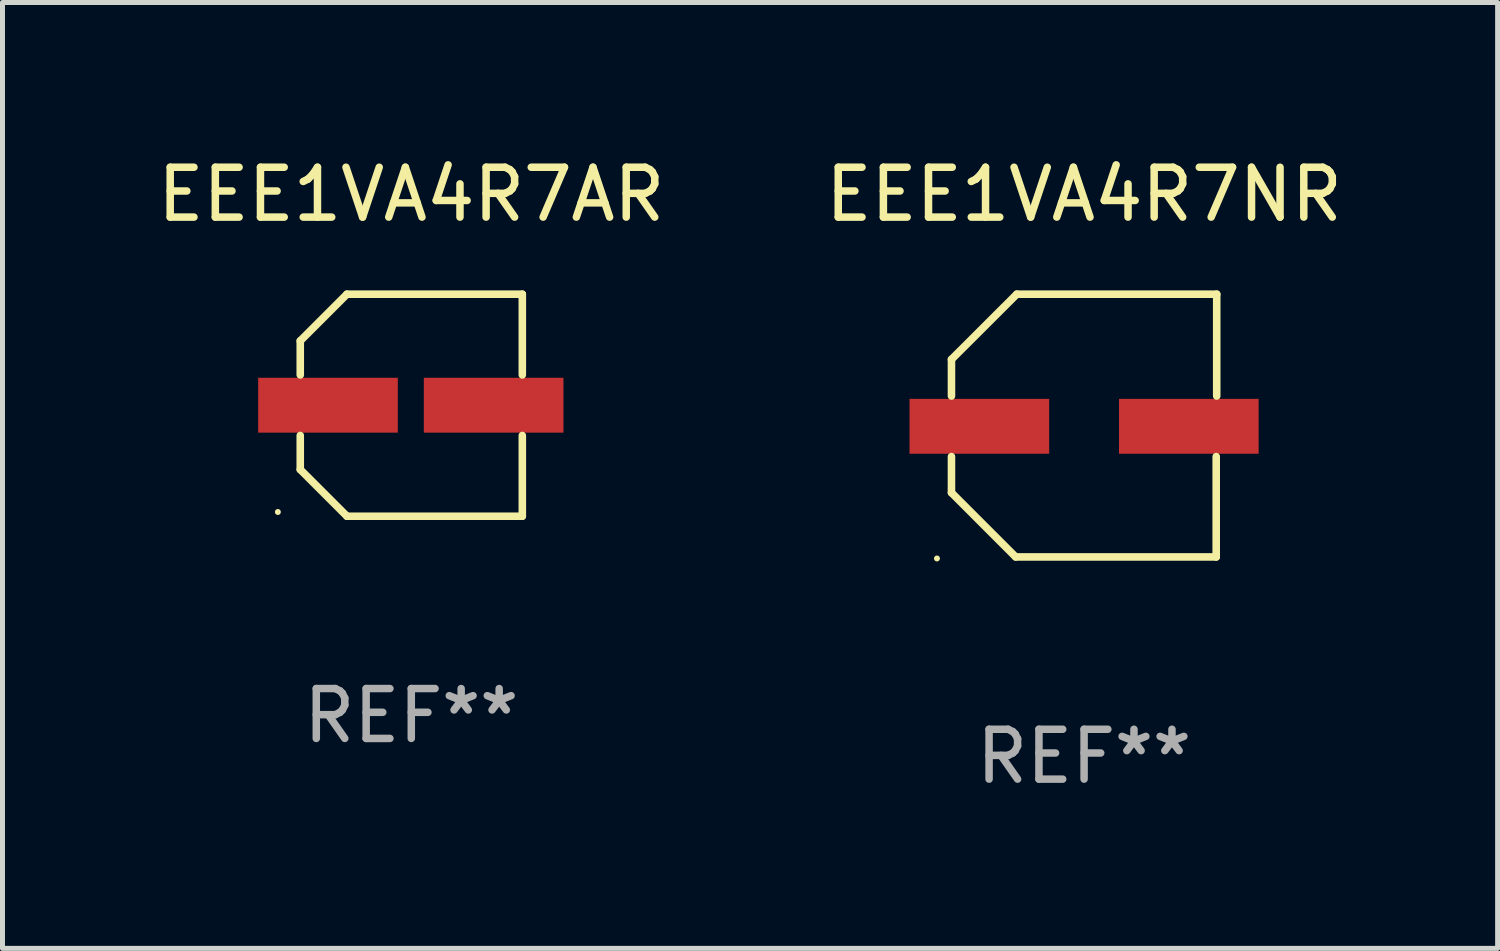
<source format=kicad_pcb>
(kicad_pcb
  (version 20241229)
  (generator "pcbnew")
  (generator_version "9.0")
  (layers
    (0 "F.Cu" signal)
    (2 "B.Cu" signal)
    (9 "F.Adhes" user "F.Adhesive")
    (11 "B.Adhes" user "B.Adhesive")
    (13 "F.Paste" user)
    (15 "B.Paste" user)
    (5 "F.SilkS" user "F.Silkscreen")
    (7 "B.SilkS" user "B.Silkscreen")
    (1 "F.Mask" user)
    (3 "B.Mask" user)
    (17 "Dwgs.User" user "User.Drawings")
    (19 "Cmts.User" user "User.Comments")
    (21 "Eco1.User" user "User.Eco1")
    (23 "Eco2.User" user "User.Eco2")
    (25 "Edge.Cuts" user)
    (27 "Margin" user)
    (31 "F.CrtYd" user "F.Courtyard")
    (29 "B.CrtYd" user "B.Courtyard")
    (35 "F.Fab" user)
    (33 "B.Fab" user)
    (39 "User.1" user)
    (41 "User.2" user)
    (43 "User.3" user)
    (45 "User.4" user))
  (footprint "EEE1VA4R7NR"
    (layer "F.Cu")
    (at 18.685 5.482)
    (property "Reference" "EEE1VA4R7NR" (at 0 -4.634 0) (layer "F.SilkS") (effects (font (size 1 1) (thickness 0.15))))
    (attr through_hole)
    (fp_line (start -2.659 -1.326) (end -2.659 -0.592) (stroke (width 0.152) (type solid)) (layer "F.SilkS"))
    (fp_line (start -2.659 1.346) (end -2.659 0.622) (stroke (width 0.152) (type solid)) (layer "F.SilkS"))
    (fp_line (start -1.372 2.634) (end -2.659 1.346) (stroke (width 0.152) (type solid)) (layer "F.SilkS"))
    (fp_line (start -1.349 -2.634) (end -2.659 -1.326) (stroke (width 0.152) (type solid)) (layer "F.SilkS"))
    (fp_line (start 2.649 0.622) (end 2.649 2.634) (stroke (width 0.152) (type solid)) (layer "F.SilkS"))
    (fp_line (start 2.649 2.634) (end -1.372 2.634) (stroke (width 0.152) (type solid)) (layer "F.SilkS"))
    (fp_line (start 2.659 -2.634) (end -1.349 -2.634) (stroke (width 0.152) (type solid)) (layer "F.SilkS"))
    (fp_line (start 2.659 -0.592) (end 2.659 -2.634) (stroke (width 0.152) (type solid)) (layer "F.SilkS"))
    (fp_circle (center -2.95 2.665) (end -2.92 2.665) (stroke (width 0.06) (type solid)) (fill no) (layer "F.SilkS"))
    (fp_text user "REF**" (at 0 6.634 0) (layer "F.Fab") (effects (font (size 1 1) (thickness 0.15))))
    (pad "1" smd rect (at -2.1 0.015) (size 2.8 1.1) (layers "F.Cu" "F.Mask" "F.Paste"))
    (pad "2" smd rect (at 2.1 0.015) (size 2.8 1.1) (layers "F.Cu" "F.Mask" "F.Paste")))
  (footprint "EEE1VA4R7AR"
    (layer "F.Cu")
    (at 5.196 5.074)
    (property "Reference" "EEE1VA4R7AR" (at 0 -4.226 0) (layer "F.SilkS") (effects (font (size 1 1) (thickness 0.15))))
    (attr through_hole)
    (fp_line (start -2.226 -1.29) (end -2.226 -0.607) (stroke (width 0.152) (type solid)) (layer "F.SilkS"))
    (fp_line (start -2.226 1.29) (end -2.226 0.607) (stroke (width 0.152) (type solid)) (layer "F.SilkS"))
    (fp_line (start -1.29 -2.226) (end -2.226 -1.29) (stroke (width 0.152) (type solid)) (layer "F.SilkS"))
    (fp_line (start -1.29 2.226) (end -2.226 1.29) (stroke (width 0.152) (type solid)) (layer "F.SilkS"))
    (fp_line (start 2.226 -2.226) (end -1.29 -2.226) (stroke (width 0.152) (type solid)) (layer "F.SilkS"))
    (fp_line (start 2.226 -0.607) (end 2.226 -2.226) (stroke (width 0.152) (type solid)) (layer "F.SilkS"))
    (fp_line (start 2.226 0.607) (end 2.226 2.226) (stroke (width 0.152) (type solid)) (layer "F.SilkS"))
    (fp_line (start 2.226 2.226) (end -1.29 2.226) (stroke (width 0.152) (type solid)) (layer "F.SilkS"))
    (fp_circle (center -2.675 2.141) (end -2.645 2.141) (stroke (width 0.06) (type solid)) (fill no) (layer "F.SilkS"))
    (fp_text user "REF**" (at 0 6.226 0) (layer "F.Fab") (effects (font (size 1 1) (thickness 0.15))))
    (pad "1" smd rect (at -1.67 0.000076) (size 2.8 1.1) (layers "F.Cu" "F.Mask" "F.Paste"))
    (pad "2" smd rect (at 1.651 0.000076) (size 2.8 1.1) (layers "F.Cu" "F.Mask" "F.Paste")))
  (gr_rect
    (start -3 -3)
    (end 26.976 15.964)
    (stroke (width 0.1) (type default))
    (fill no)
    (layer "Edge.Cuts")))
</source>
